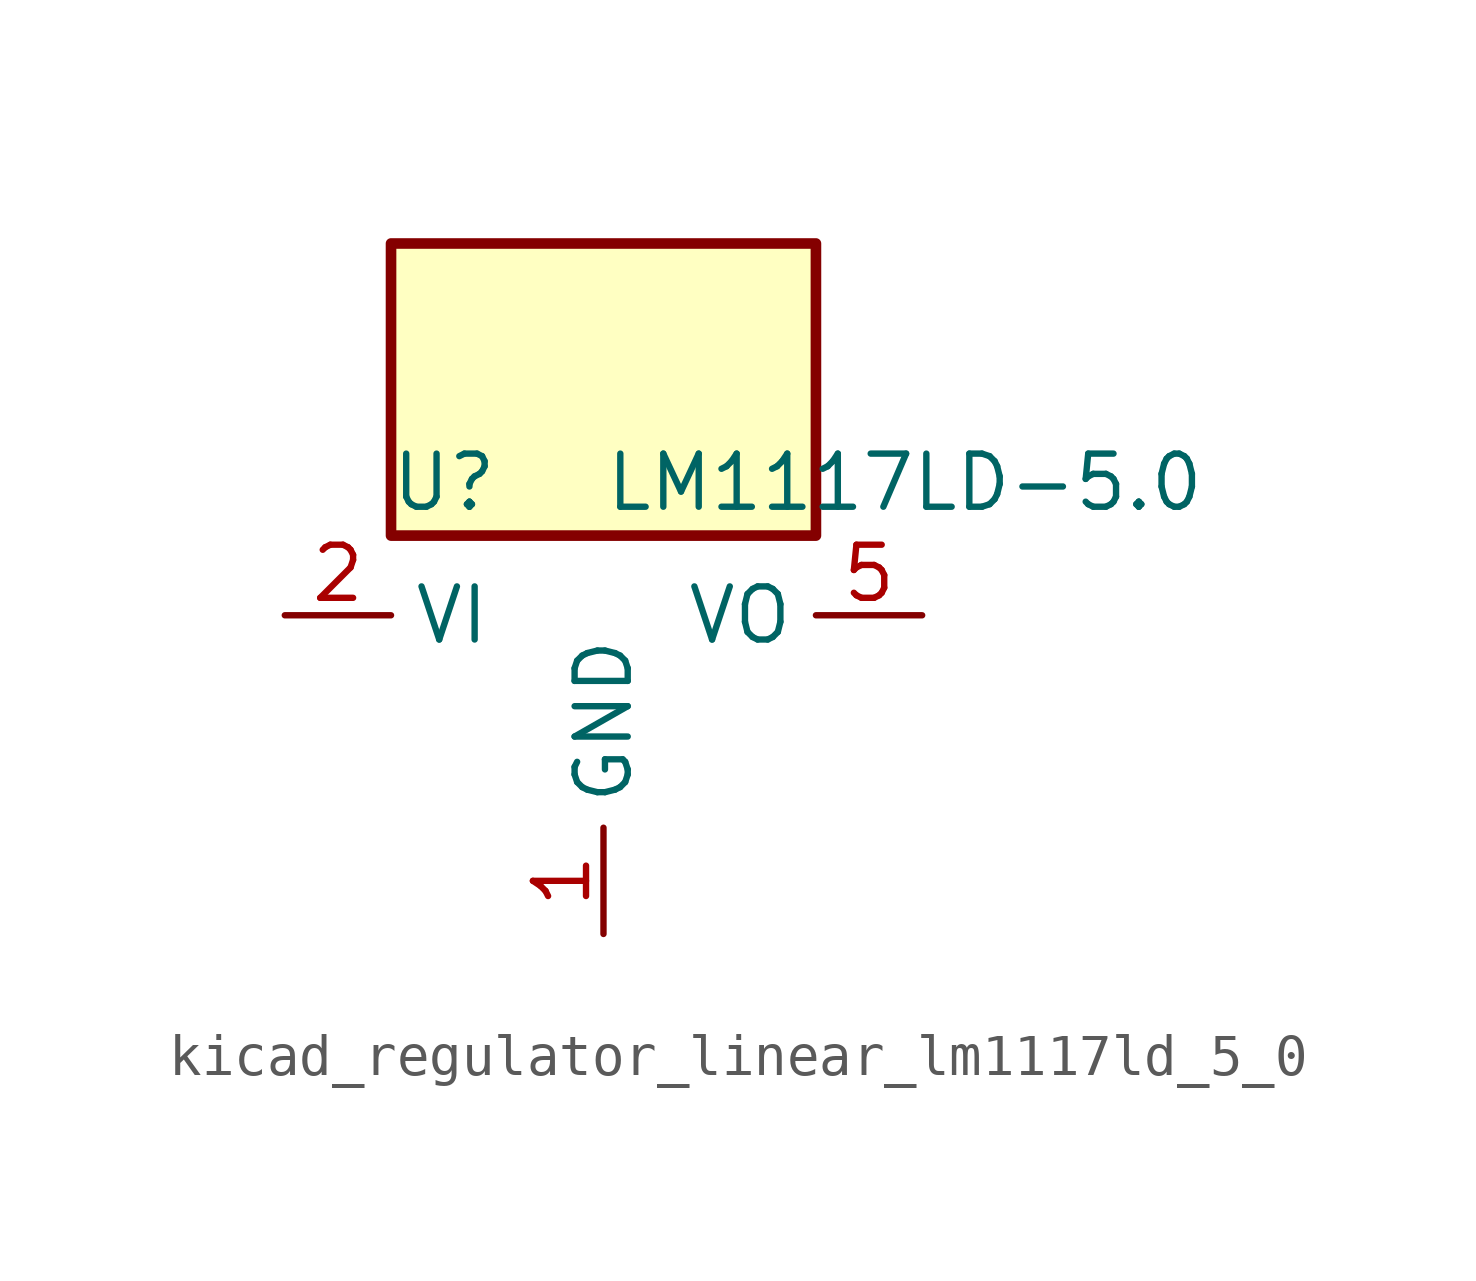
<source format=kicad_sym>
(kicad_symbol_lib
  (version 20220914)
  (generator kicad_symbol_editor)
  (symbol "kicad_regulator_linear_lm1117ld_5_0"
    (property "Reference" "U"
      (at -3.81 3.175 0)
      (effects (font (size 1.27 1.27))))
    (property "Value" "LM1117LD-5.0"
      (at 0 3.175 0)
      (effects (font (size 1.27 1.27)) (justify left)))
    (symbol "kicad_regulator_linear_lm1117ld_5_0_0_1"
      (rectangle (start 5.08 8.89) (end -5.08 1.905) (stroke (width 0.254) (type default)) (fill (type background))))
    (symbol "kicad_regulator_linear_lm1117ld_5_0_1_1"
      (pin power_in line (at 0 -7.62 90) (length 2.54) (name "GND" (effects (font (size 1.27 1.27)))) (number "1" (effects (font (size 1.27 1.27)))))
      (pin power_in line (at -7.62 0 0) (length 2.54) (name "VI" (effects (font (size 1.27 1.27)))) (number "2" (effects (font (size 1.27 1.27)))))
      (pin passive line (at -7.62 0 0) (length 2.54) hide (name "VI" (effects (font (size 1.27 1.27)))) (number "3" (effects (font (size 1.27 1.27)))))
      (pin passive line (at -7.62 0 0) (length 2.54) hide (name "VI" (effects (font (size 1.27 1.27)))) (number "4" (effects (font (size 1.27 1.27)))))
      (pin power_out line (at 7.62 0 180) (length 2.54) (name "VO" (effects (font (size 1.27 1.27)))) (number "5" (effects (font (size 1.27 1.27)))))
      (pin passive line (at 7.62 0 180) (length 2.54) hide (name "VO" (effects (font (size 1.27 1.27)))) (number "6" (effects (font (size 1.27 1.27)))))
      (pin passive line (at 7.62 0 180) (length 2.54) hide (name "VO" (effects (font (size 1.27 1.27)))) (number "7" (effects (font (size 1.27 1.27)))))
      (pin no_connect line (at 5.08 -2.54 180) (length 2.54) hide (name "NC" (effects (font (size 1.27 1.27)))) (number "8" (effects (font (size 1.27 1.27)))))
      (pin passive line (at 7.62 0 180) (length 2.54) hide (name "VO" (effects (font (size 1.27 1.27)))) (number "9" (effects (font (size 1.27 1.27))))))))
</source>
